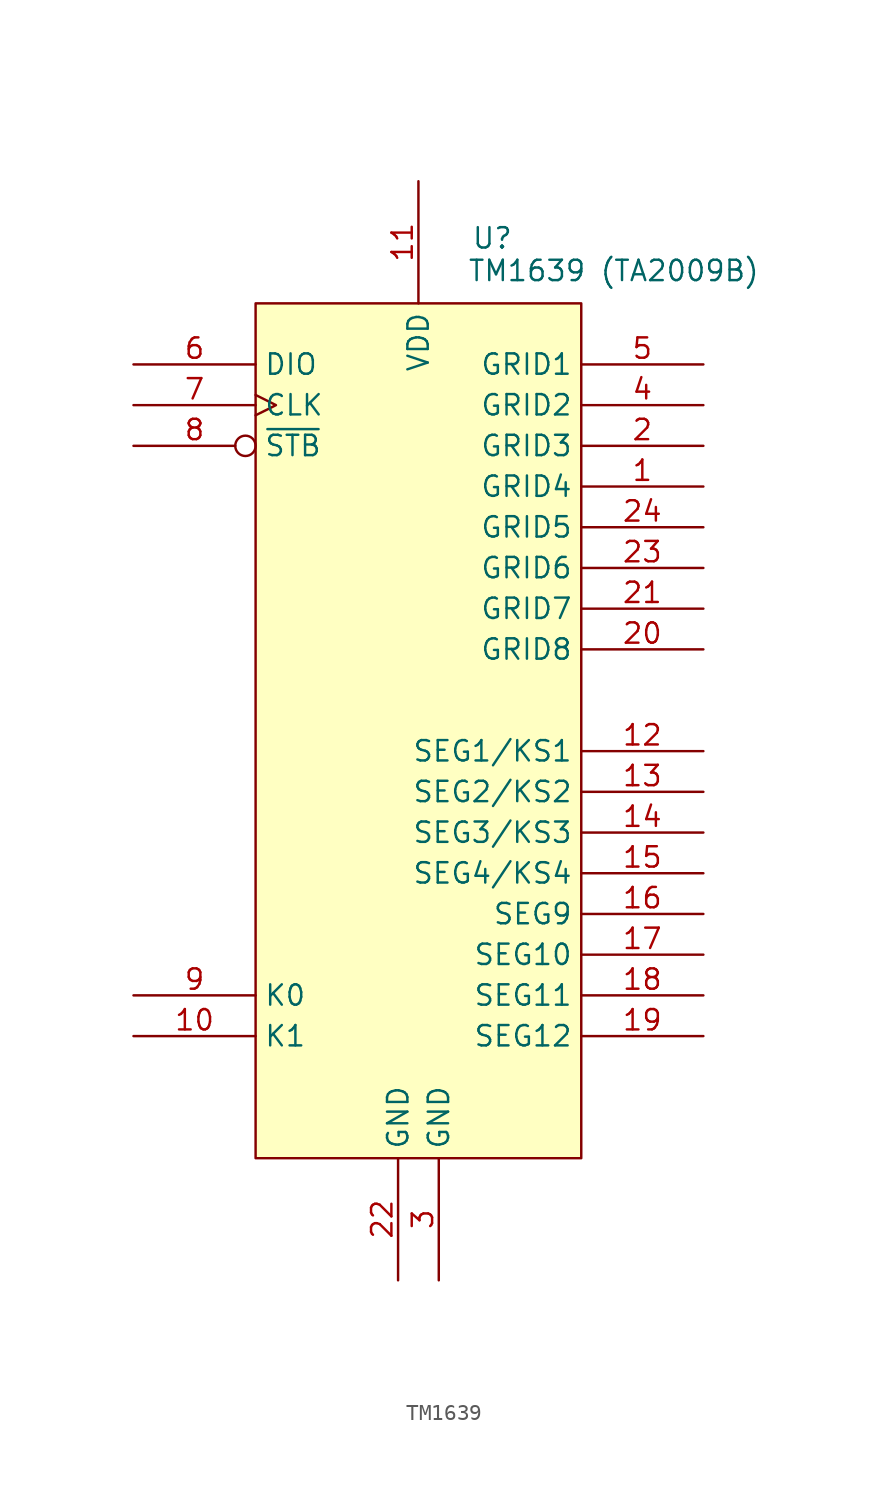
<source format=kicad_sym>
(kicad_symbol_lib
  (version 20231120)
  (generator "kicad_symbol_editor")
  (generator_version "8.0")
  (symbol "TM1639"
    (property "Reference" "U"
      (at 3.302 10.414 0)
      (effects (font (size 1.27 1.27)) (justify left)))
    (property "Value" "TM1639 (TA2009B)"
      (at 3.048 8.382 0)
      (effects (font (size 1.27 1.27)) (justify left)))
    (symbol "TM1639_1_1"
      (rectangle (start -10.16 6.35) (end 10.16 -46.99) (stroke (width 0) (type default)) (fill (type background)))
      (pin open_collector line (at 17.78 -5.08 180) (length 7.62) (name "GRID4" (effects (font (size 1.27 1.27)))) (number "1" (effects (font (size 1.27 1.27)))))
      (pin input line (at -17.78 -39.37 0) (length 7.62) (name "K1" (effects (font (size 1.27 1.27)))) (number "10" (effects (font (size 1.27 1.27)))))
      (pin power_in line (at 0 13.97 270) (length 7.62) (name "VDD" (effects (font (size 1.27 1.27)))) (number "11" (effects (font (size 1.27 1.27)))))
      (pin open_collector line (at 17.78 -21.59 180) (length 7.62) (name "SEG1/KS1" (effects (font (size 1.27 1.27)))) (number "12" (effects (font (size 1.27 1.27)))))
      (pin open_collector line (at 17.78 -24.13 180) (length 7.62) (name "SEG2/KS2" (effects (font (size 1.27 1.27)))) (number "13" (effects (font (size 1.27 1.27)))))
      (pin open_collector line (at 17.78 -26.67 180) (length 7.62) (name "SEG3/KS3" (effects (font (size 1.27 1.27)))) (number "14" (effects (font (size 1.27 1.27)))))
      (pin open_collector line (at 17.78 -29.21 180) (length 7.62) (name "SEG4/KS4" (effects (font (size 1.27 1.27)))) (number "15" (effects (font (size 1.27 1.27)))))
      (pin open_collector line (at 17.78 -31.75 180) (length 7.62) (name "SEG9" (effects (font (size 1.27 1.27)))) (number "16" (effects (font (size 1.27 1.27)))))
      (pin open_collector line (at 17.78 -34.29 180) (length 7.62) (name "SEG10" (effects (font (size 1.27 1.27)))) (number "17" (effects (font (size 1.27 1.27)))))
      (pin open_collector line (at 17.78 -36.83 180) (length 7.62) (name "SEG11" (effects (font (size 1.27 1.27)))) (number "18" (effects (font (size 1.27 1.27)))))
      (pin open_collector line (at 17.78 -39.37 180) (length 7.62) (name "SEG12" (effects (font (size 1.27 1.27)))) (number "19" (effects (font (size 1.27 1.27)))))
      (pin open_collector line (at 17.78 -2.54 180) (length 7.62) (name "GRID3" (effects (font (size 1.27 1.27)))) (number "2" (effects (font (size 1.27 1.27)))))
      (pin open_collector line (at 17.78 -15.24 180) (length 7.62) (name "GRID8" (effects (font (size 1.27 1.27)))) (number "20" (effects (font (size 1.27 1.27)))))
      (pin open_collector line (at 17.78 -12.7 180) (length 7.62) (name "GRID7" (effects (font (size 1.27 1.27)))) (number "21" (effects (font (size 1.27 1.27)))))
      (pin power_in line (at -1.27 -54.61 90) (length 7.62) (name "GND" (effects (font (size 1.27 1.27)))) (number "22" (effects (font (size 1.27 1.27)))))
      (pin open_collector line (at 17.78 -10.16 180) (length 7.62) (name "GRID6" (effects (font (size 1.27 1.27)))) (number "23" (effects (font (size 1.27 1.27)))))
      (pin open_collector line (at 17.78 -7.62 180) (length 7.62) (name "GRID5" (effects (font (size 1.27 1.27)))) (number "24" (effects (font (size 1.27 1.27)))))
      (pin power_in line (at 1.27 -54.61 90) (length 7.62) (name "GND" (effects (font (size 1.27 1.27)))) (number "3" (effects (font (size 1.27 1.27)))))
      (pin open_collector line (at 17.78 0 180) (length 7.62) (name "GRID2" (effects (font (size 1.27 1.27)))) (number "4" (effects (font (size 1.27 1.27)))))
      (pin open_collector line (at 17.78 2.54 180) (length 7.62) (name "GRID1" (effects (font (size 1.27 1.27)))) (number "5" (effects (font (size 1.27 1.27)))))
      (pin input line (at -17.78 2.54 0) (length 7.62) (name "DIO" (effects (font (size 1.27 1.27)))) (number "6" (effects (font (size 1.27 1.27)))))
      (pin input clock (at -17.78 0 0) (length 7.62) (name "CLK" (effects (font (size 1.27 1.27)))) (number "7" (effects (font (size 1.27 1.27)))))
      (pin input inverted (at -17.78 -2.54 0) (length 7.62) (name "~{STB}" (effects (font (size 1.27 1.27)))) (number "8" (effects (font (size 1.27 1.27)))))
      (pin input line (at -17.78 -36.83 0) (length 7.62) (name "K0" (effects (font (size 1.27 1.27)))) (number "9" (effects (font (size 1.27 1.27))))))))
</source>
